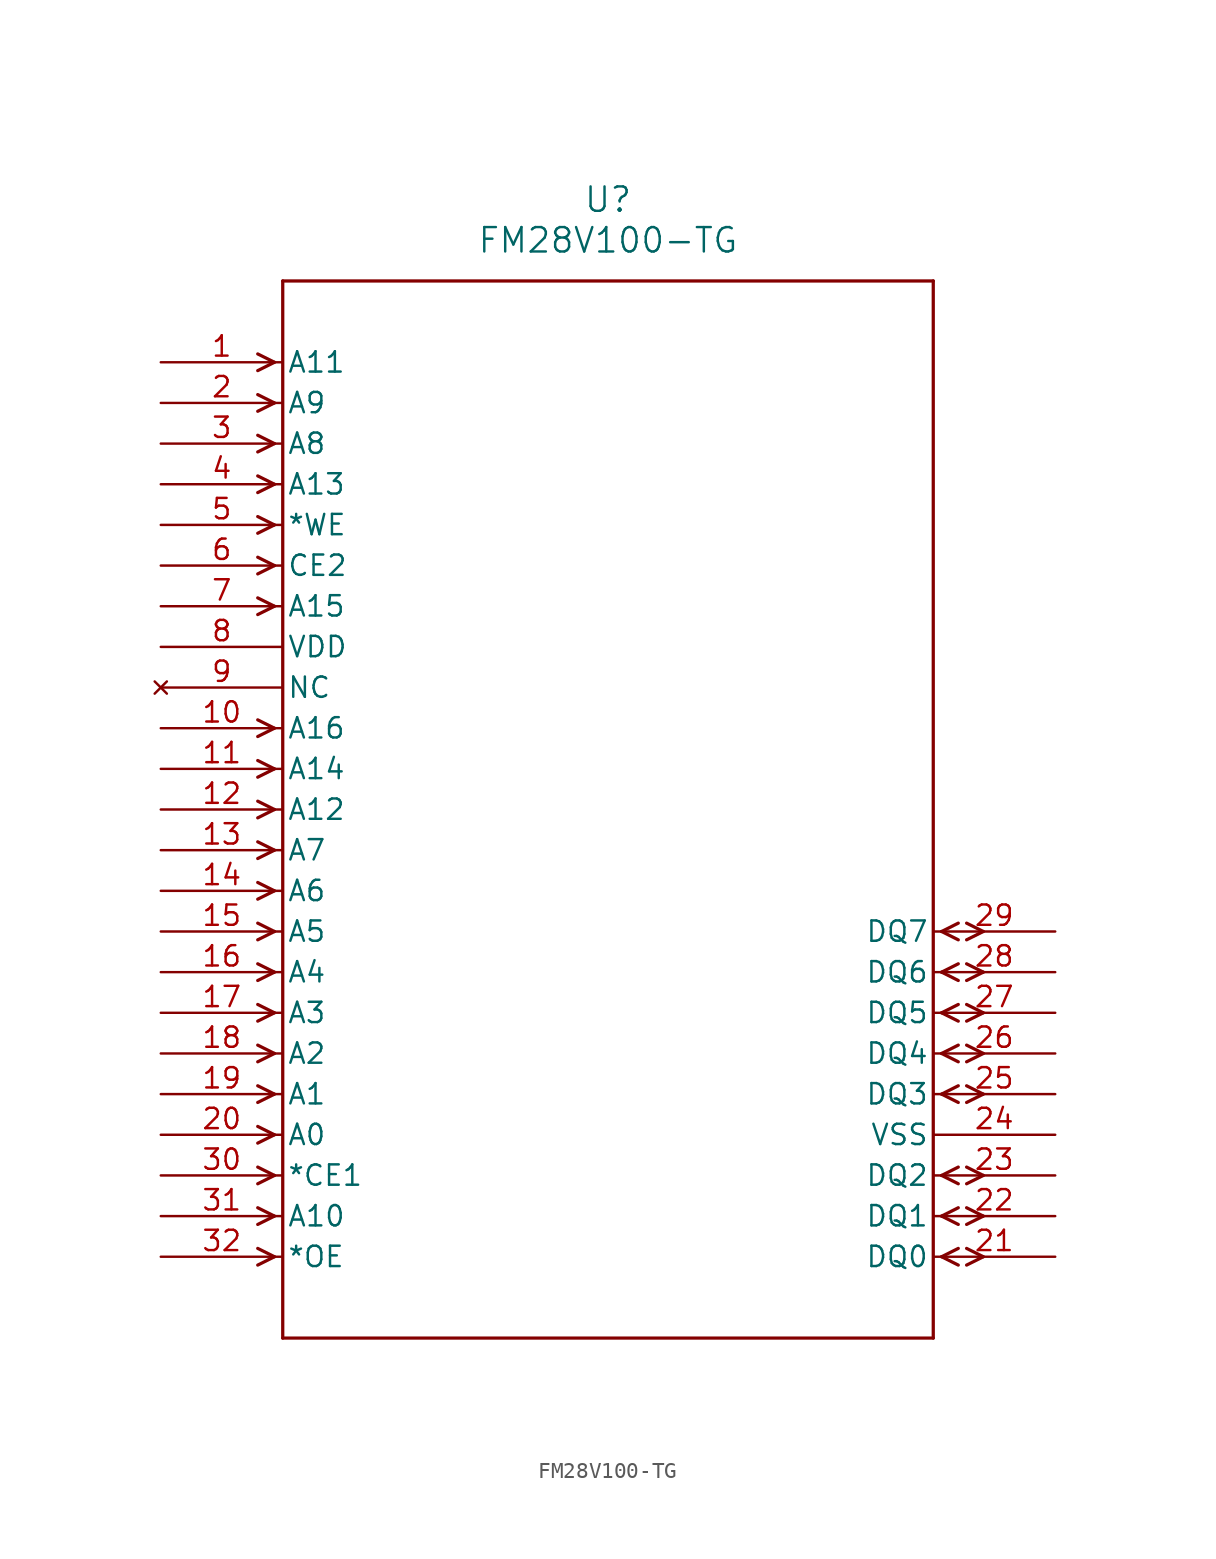
<source format=kicad_sym>
(kicad_symbol_lib
  (version 20211014)
  (generator kicad_symbol_editor)
  (symbol "FM28V100-TG"
    (pin_names
      (offset 0.254))
    (property "Reference" "U"
      (at 27.94 10.16 0)
      (effects (font (size 1.524 1.524))))
    (property "Value" "FM28V100-TG"
      (at 27.94 7.62 0)
      (effects (font (size 1.524 1.524))))
    (symbol "FM28V100-TG_0_1"
      (polyline (pts (xy 7.099 0) (xy 6.058 0.521)) (stroke (width 0.203) (type default) (color 0 0 0 0)) (fill (type none)))
      (polyline (pts (xy 7.099 0) (xy 6.058 -0.521)) (stroke (width 0.203) (type default) (color 0 0 0 0)) (fill (type none)))
      (polyline (pts (xy 7.099 -2.54) (xy 6.058 -2.019)) (stroke (width 0.203) (type default) (color 0 0 0 0)) (fill (type none)))
      (polyline (pts (xy 7.099 -2.54) (xy 6.058 -3.061)) (stroke (width 0.203) (type default) (color 0 0 0 0)) (fill (type none)))
      (polyline (pts (xy 7.099 -5.08) (xy 6.058 -4.559)) (stroke (width 0.203) (type default) (color 0 0 0 0)) (fill (type none)))
      (polyline (pts (xy 7.099 -5.08) (xy 6.058 -5.601)) (stroke (width 0.203) (type default) (color 0 0 0 0)) (fill (type none)))
      (polyline (pts (xy 7.099 -7.62) (xy 6.058 -7.099)) (stroke (width 0.203) (type default) (color 0 0 0 0)) (fill (type none)))
      (polyline (pts (xy 7.099 -7.62) (xy 6.058 -8.141)) (stroke (width 0.203) (type default) (color 0 0 0 0)) (fill (type none)))
      (polyline (pts (xy 7.099 -10.16) (xy 6.058 -9.639)) (stroke (width 0.203) (type default) (color 0 0 0 0)) (fill (type none)))
      (polyline (pts (xy 7.099 -10.16) (xy 6.058 -10.681)) (stroke (width 0.203) (type default) (color 0 0 0 0)) (fill (type none)))
      (polyline (pts (xy 7.099 -12.7) (xy 6.058 -12.179)) (stroke (width 0.203) (type default) (color 0 0 0 0)) (fill (type none)))
      (polyline (pts (xy 7.099 -12.7) (xy 6.058 -13.221)) (stroke (width 0.203) (type default) (color 0 0 0 0)) (fill (type none)))
      (polyline (pts (xy 7.099 -15.24) (xy 6.058 -14.719)) (stroke (width 0.203) (type default) (color 0 0 0 0)) (fill (type none)))
      (polyline (pts (xy 7.099 -15.24) (xy 6.058 -15.761)) (stroke (width 0.203) (type default) (color 0 0 0 0)) (fill (type none)))
      (polyline (pts (xy 7.099 -22.86) (xy 6.058 -22.339)) (stroke (width 0.203) (type default) (color 0 0 0 0)) (fill (type none)))
      (polyline (pts (xy 7.099 -22.86) (xy 6.058 -23.381)) (stroke (width 0.203) (type default) (color 0 0 0 0)) (fill (type none)))
      (polyline (pts (xy 7.099 -25.4) (xy 6.058 -24.879)) (stroke (width 0.203) (type default) (color 0 0 0 0)) (fill (type none)))
      (polyline (pts (xy 7.099 -25.4) (xy 6.058 -25.921)) (stroke (width 0.203) (type default) (color 0 0 0 0)) (fill (type none)))
      (polyline (pts (xy 7.099 -27.94) (xy 6.058 -27.419)) (stroke (width 0.203) (type default) (color 0 0 0 0)) (fill (type none)))
      (polyline (pts (xy 7.099 -27.94) (xy 6.058 -28.461)) (stroke (width 0.203) (type default) (color 0 0 0 0)) (fill (type none)))
      (polyline (pts (xy 7.099 -30.48) (xy 6.058 -29.959)) (stroke (width 0.203) (type default) (color 0 0 0 0)) (fill (type none)))
      (polyline (pts (xy 7.099 -30.48) (xy 6.058 -31.001)) (stroke (width 0.203) (type default) (color 0 0 0 0)) (fill (type none)))
      (polyline (pts (xy 7.099 -33.02) (xy 6.058 -32.499)) (stroke (width 0.203) (type default) (color 0 0 0 0)) (fill (type none)))
      (polyline (pts (xy 7.099 -33.02) (xy 6.058 -33.541)) (stroke (width 0.203) (type default) (color 0 0 0 0)) (fill (type none)))
      (polyline (pts (xy 7.099 -35.56) (xy 6.058 -35.039)) (stroke (width 0.203) (type default) (color 0 0 0 0)) (fill (type none)))
      (polyline (pts (xy 7.099 -35.56) (xy 6.058 -36.081)) (stroke (width 0.203) (type default) (color 0 0 0 0)) (fill (type none)))
      (polyline (pts (xy 7.099 -38.1) (xy 6.058 -37.579)) (stroke (width 0.203) (type default) (color 0 0 0 0)) (fill (type none)))
      (polyline (pts (xy 7.099 -38.1) (xy 6.058 -38.621)) (stroke (width 0.203) (type default) (color 0 0 0 0)) (fill (type none)))
      (polyline (pts (xy 7.099 -40.64) (xy 6.058 -40.119)) (stroke (width 0.203) (type default) (color 0 0 0 0)) (fill (type none)))
      (polyline (pts (xy 7.099 -40.64) (xy 6.058 -41.161)) (stroke (width 0.203) (type default) (color 0 0 0 0)) (fill (type none)))
      (polyline (pts (xy 7.099 -43.18) (xy 6.058 -42.659)) (stroke (width 0.203) (type default) (color 0 0 0 0)) (fill (type none)))
      (polyline (pts (xy 7.099 -43.18) (xy 6.058 -43.701)) (stroke (width 0.203) (type default) (color 0 0 0 0)) (fill (type none)))
      (polyline (pts (xy 7.099 -45.72) (xy 6.058 -45.199)) (stroke (width 0.203) (type default) (color 0 0 0 0)) (fill (type none)))
      (polyline (pts (xy 7.099 -45.72) (xy 6.058 -46.241)) (stroke (width 0.203) (type default) (color 0 0 0 0)) (fill (type none)))
      (polyline (pts (xy 7.099 -48.26) (xy 6.058 -47.739)) (stroke (width 0.203) (type default) (color 0 0 0 0)) (fill (type none)))
      (polyline (pts (xy 7.099 -48.26) (xy 6.058 -48.781)) (stroke (width 0.203) (type default) (color 0 0 0 0)) (fill (type none)))
      (polyline (pts (xy 7.099 -50.8) (xy 6.058 -50.279)) (stroke (width 0.203) (type default) (color 0 0 0 0)) (fill (type none)))
      (polyline (pts (xy 7.099 -50.8) (xy 6.058 -51.321)) (stroke (width 0.203) (type default) (color 0 0 0 0)) (fill (type none)))
      (polyline (pts (xy 7.099 -53.34) (xy 6.058 -52.819)) (stroke (width 0.203) (type default) (color 0 0 0 0)) (fill (type none)))
      (polyline (pts (xy 7.099 -53.34) (xy 6.058 -53.861)) (stroke (width 0.203) (type default) (color 0 0 0 0)) (fill (type none)))
      (polyline (pts (xy 7.099 -55.88) (xy 6.058 -55.359)) (stroke (width 0.203) (type default) (color 0 0 0 0)) (fill (type none)))
      (polyline (pts (xy 7.099 -55.88) (xy 6.058 -56.401)) (stroke (width 0.203) (type default) (color 0 0 0 0)) (fill (type none)))
      (polyline (pts (xy 48.781 -55.88) (xy 49.822 -55.359)) (stroke (width 0.203) (type default) (color 0 0 0 0)) (fill (type none)))
      (polyline (pts (xy 48.781 -55.88) (xy 49.822 -56.401)) (stroke (width 0.203) (type default) (color 0 0 0 0)) (fill (type none)))
      (polyline (pts (xy 50.343 -55.359) (xy 51.384 -55.88)) (stroke (width 0.203) (type default) (color 0 0 0 0)) (fill (type none)))
      (polyline (pts (xy 50.343 -56.401) (xy 51.384 -55.88)) (stroke (width 0.203) (type default) (color 0 0 0 0)) (fill (type none)))
      (polyline (pts (xy 48.781 -53.34) (xy 49.822 -52.819)) (stroke (width 0.203) (type default) (color 0 0 0 0)) (fill (type none)))
      (polyline (pts (xy 48.781 -53.34) (xy 49.822 -53.861)) (stroke (width 0.203) (type default) (color 0 0 0 0)) (fill (type none)))
      (polyline (pts (xy 50.343 -52.819) (xy 51.384 -53.34)) (stroke (width 0.203) (type default) (color 0 0 0 0)) (fill (type none)))
      (polyline (pts (xy 50.343 -53.861) (xy 51.384 -53.34)) (stroke (width 0.203) (type default) (color 0 0 0 0)) (fill (type none)))
      (polyline (pts (xy 48.781 -50.8) (xy 49.822 -50.279)) (stroke (width 0.203) (type default) (color 0 0 0 0)) (fill (type none)))
      (polyline (pts (xy 48.781 -50.8) (xy 49.822 -51.321)) (stroke (width 0.203) (type default) (color 0 0 0 0)) (fill (type none)))
      (polyline (pts (xy 50.343 -50.279) (xy 51.384 -50.8)) (stroke (width 0.203) (type default) (color 0 0 0 0)) (fill (type none)))
      (polyline (pts (xy 50.343 -51.321) (xy 51.384 -50.8)) (stroke (width 0.203) (type default) (color 0 0 0 0)) (fill (type none)))
      (polyline (pts (xy 48.781 -45.72) (xy 49.822 -45.199)) (stroke (width 0.203) (type default) (color 0 0 0 0)) (fill (type none)))
      (polyline (pts (xy 48.781 -45.72) (xy 49.822 -46.241)) (stroke (width 0.203) (type default) (color 0 0 0 0)) (fill (type none)))
      (polyline (pts (xy 50.343 -45.199) (xy 51.384 -45.72)) (stroke (width 0.203) (type default) (color 0 0 0 0)) (fill (type none)))
      (polyline (pts (xy 50.343 -46.241) (xy 51.384 -45.72)) (stroke (width 0.203) (type default) (color 0 0 0 0)) (fill (type none)))
      (polyline (pts (xy 48.781 -43.18) (xy 49.822 -42.659)) (stroke (width 0.203) (type default) (color 0 0 0 0)) (fill (type none)))
      (polyline (pts (xy 48.781 -43.18) (xy 49.822 -43.701)) (stroke (width 0.203) (type default) (color 0 0 0 0)) (fill (type none)))
      (polyline (pts (xy 50.343 -42.659) (xy 51.384 -43.18)) (stroke (width 0.203) (type default) (color 0 0 0 0)) (fill (type none)))
      (polyline (pts (xy 50.343 -43.701) (xy 51.384 -43.18)) (stroke (width 0.203) (type default) (color 0 0 0 0)) (fill (type none)))
      (polyline (pts (xy 48.781 -40.64) (xy 49.822 -40.119)) (stroke (width 0.203) (type default) (color 0 0 0 0)) (fill (type none)))
      (polyline (pts (xy 48.781 -40.64) (xy 49.822 -41.161)) (stroke (width 0.203) (type default) (color 0 0 0 0)) (fill (type none)))
      (polyline (pts (xy 50.343 -40.119) (xy 51.384 -40.64)) (stroke (width 0.203) (type default) (color 0 0 0 0)) (fill (type none)))
      (polyline (pts (xy 50.343 -41.161) (xy 51.384 -40.64)) (stroke (width 0.203) (type default) (color 0 0 0 0)) (fill (type none)))
      (polyline (pts (xy 48.781 -38.1) (xy 49.822 -37.579)) (stroke (width 0.203) (type default) (color 0 0 0 0)) (fill (type none)))
      (polyline (pts (xy 48.781 -38.1) (xy 49.822 -38.621)) (stroke (width 0.203) (type default) (color 0 0 0 0)) (fill (type none)))
      (polyline (pts (xy 50.343 -37.579) (xy 51.384 -38.1)) (stroke (width 0.203) (type default) (color 0 0 0 0)) (fill (type none)))
      (polyline (pts (xy 50.343 -38.621) (xy 51.384 -38.1)) (stroke (width 0.203) (type default) (color 0 0 0 0)) (fill (type none)))
      (polyline (pts (xy 48.781 -35.56) (xy 49.822 -35.039)) (stroke (width 0.203) (type default) (color 0 0 0 0)) (fill (type none)))
      (polyline (pts (xy 48.781 -35.56) (xy 49.822 -36.081)) (stroke (width 0.203) (type default) (color 0 0 0 0)) (fill (type none)))
      (polyline (pts (xy 50.343 -35.039) (xy 51.384 -35.56)) (stroke (width 0.203) (type default) (color 0 0 0 0)) (fill (type none)))
      (polyline (pts (xy 50.343 -36.081) (xy 51.384 -35.56)) (stroke (width 0.203) (type default) (color 0 0 0 0)) (fill (type none)))
      (polyline (pts (xy 7.62 5.08) (xy 7.62 -60.96)) (stroke (width 0.203) (type default) (color 0 0 0 0)) (fill (type none)))
      (polyline (pts (xy 7.62 -60.96) (xy 48.26 -60.96)) (stroke (width 0.203) (type default) (color 0 0 0 0)) (fill (type none)))
      (polyline (pts (xy 48.26 -60.96) (xy 48.26 5.08)) (stroke (width 0.203) (type default) (color 0 0 0 0)) (fill (type none)))
      (polyline (pts (xy 48.26 5.08) (xy 7.62 5.08)) (stroke (width 0.203) (type default) (color 0 0 0 0)) (fill (type none)))
      (pin input line (at 0 0 0) (length 7.62) (name "A11" (effects (font (size 1.27 1.27)))) (number "1" (effects (font (size 1.27 1.27)))))
      (pin input line (at 0 -2.54 0) (length 7.62) (name "A9" (effects (font (size 1.27 1.27)))) (number "2" (effects (font (size 1.27 1.27)))))
      (pin input line (at 0 -5.08 0) (length 7.62) (name "A8" (effects (font (size 1.27 1.27)))) (number "3" (effects (font (size 1.27 1.27)))))
      (pin input line (at 0 -7.62 0) (length 7.62) (name "A13" (effects (font (size 1.27 1.27)))) (number "4" (effects (font (size 1.27 1.27)))))
      (pin input line (at 0 -10.16 0) (length 7.62) (name "*WE" (effects (font (size 1.27 1.27)))) (number "5" (effects (font (size 1.27 1.27)))))
      (pin input line (at 0 -12.7 0) (length 7.62) (name "CE2" (effects (font (size 1.27 1.27)))) (number "6" (effects (font (size 1.27 1.27)))))
      (pin input line (at 0 -15.24 0) (length 7.62) (name "A15" (effects (font (size 1.27 1.27)))) (number "7" (effects (font (size 1.27 1.27)))))
      (pin power_in line (at 0 -17.78 0) (length 7.62) (name "VDD" (effects (font (size 1.27 1.27)))) (number "8" (effects (font (size 1.27 1.27)))))
      (pin no_connect line (at 0 -20.32 0) (length 7.62) (name "NC" (effects (font (size 1.27 1.27)))) (number "9" (effects (font (size 1.27 1.27)))))
      (pin input line (at 0 -22.86 0) (length 7.62) (name "A16" (effects (font (size 1.27 1.27)))) (number "10" (effects (font (size 1.27 1.27)))))
      (pin input line (at 0 -25.4 0) (length 7.62) (name "A14" (effects (font (size 1.27 1.27)))) (number "11" (effects (font (size 1.27 1.27)))))
      (pin input line (at 0 -27.94 0) (length 7.62) (name "A12" (effects (font (size 1.27 1.27)))) (number "12" (effects (font (size 1.27 1.27)))))
      (pin input line (at 0 -30.48 0) (length 7.62) (name "A7" (effects (font (size 1.27 1.27)))) (number "13" (effects (font (size 1.27 1.27)))))
      (pin input line (at 0 -33.02 0) (length 7.62) (name "A6" (effects (font (size 1.27 1.27)))) (number "14" (effects (font (size 1.27 1.27)))))
      (pin input line (at 0 -35.56 0) (length 7.62) (name "A5" (effects (font (size 1.27 1.27)))) (number "15" (effects (font (size 1.27 1.27)))))
      (pin input line (at 0 -38.1 0) (length 7.62) (name "A4" (effects (font (size 1.27 1.27)))) (number "16" (effects (font (size 1.27 1.27)))))
      (pin input line (at 0 -40.64 0) (length 7.62) (name "A3" (effects (font (size 1.27 1.27)))) (number "17" (effects (font (size 1.27 1.27)))))
      (pin input line (at 0 -43.18 0) (length 7.62) (name "A2" (effects (font (size 1.27 1.27)))) (number "18" (effects (font (size 1.27 1.27)))))
      (pin input line (at 0 -45.72 0) (length 7.62) (name "A1" (effects (font (size 1.27 1.27)))) (number "19" (effects (font (size 1.27 1.27)))))
      (pin input line (at 0 -48.26 0) (length 7.62) (name "A0" (effects (font (size 1.27 1.27)))) (number "20" (effects (font (size 1.27 1.27)))))
      (pin bidirectional line (at 55.88 -55.88 180) (length 7.62) (name "DQ0" (effects (font (size 1.27 1.27)))) (number "21" (effects (font (size 1.27 1.27)))))
      (pin bidirectional line (at 55.88 -53.34 180) (length 7.62) (name "DQ1" (effects (font (size 1.27 1.27)))) (number "22" (effects (font (size 1.27 1.27)))))
      (pin bidirectional line (at 55.88 -50.8 180) (length 7.62) (name "DQ2" (effects (font (size 1.27 1.27)))) (number "23" (effects (font (size 1.27 1.27)))))
      (pin power_in line (at 55.88 -48.26 180) (length 7.62) (name "VSS" (effects (font (size 1.27 1.27)))) (number "24" (effects (font (size 1.27 1.27)))))
      (pin bidirectional line (at 55.88 -45.72 180) (length 7.62) (name "DQ3" (effects (font (size 1.27 1.27)))) (number "25" (effects (font (size 1.27 1.27)))))
      (pin bidirectional line (at 55.88 -43.18 180) (length 7.62) (name "DQ4" (effects (font (size 1.27 1.27)))) (number "26" (effects (font (size 1.27 1.27)))))
      (pin bidirectional line (at 55.88 -40.64 180) (length 7.62) (name "DQ5" (effects (font (size 1.27 1.27)))) (number "27" (effects (font (size 1.27 1.27)))))
      (pin bidirectional line (at 55.88 -38.1 180) (length 7.62) (name "DQ6" (effects (font (size 1.27 1.27)))) (number "28" (effects (font (size 1.27 1.27)))))
      (pin bidirectional line (at 55.88 -35.56 180) (length 7.62) (name "DQ7" (effects (font (size 1.27 1.27)))) (number "29" (effects (font (size 1.27 1.27)))))
      (pin input line (at 0 -50.8 0) (length 7.62) (name "*CE1" (effects (font (size 1.27 1.27)))) (number "30" (effects (font (size 1.27 1.27)))))
      (pin input line (at 0 -53.34 0) (length 7.62) (name "A10" (effects (font (size 1.27 1.27)))) (number "31" (effects (font (size 1.27 1.27)))))
      (pin input line (at 0 -55.88 0) (length 7.62) (name "*OE" (effects (font (size 1.27 1.27)))) (number "32" (effects (font (size 1.27 1.27))))))))
</source>
